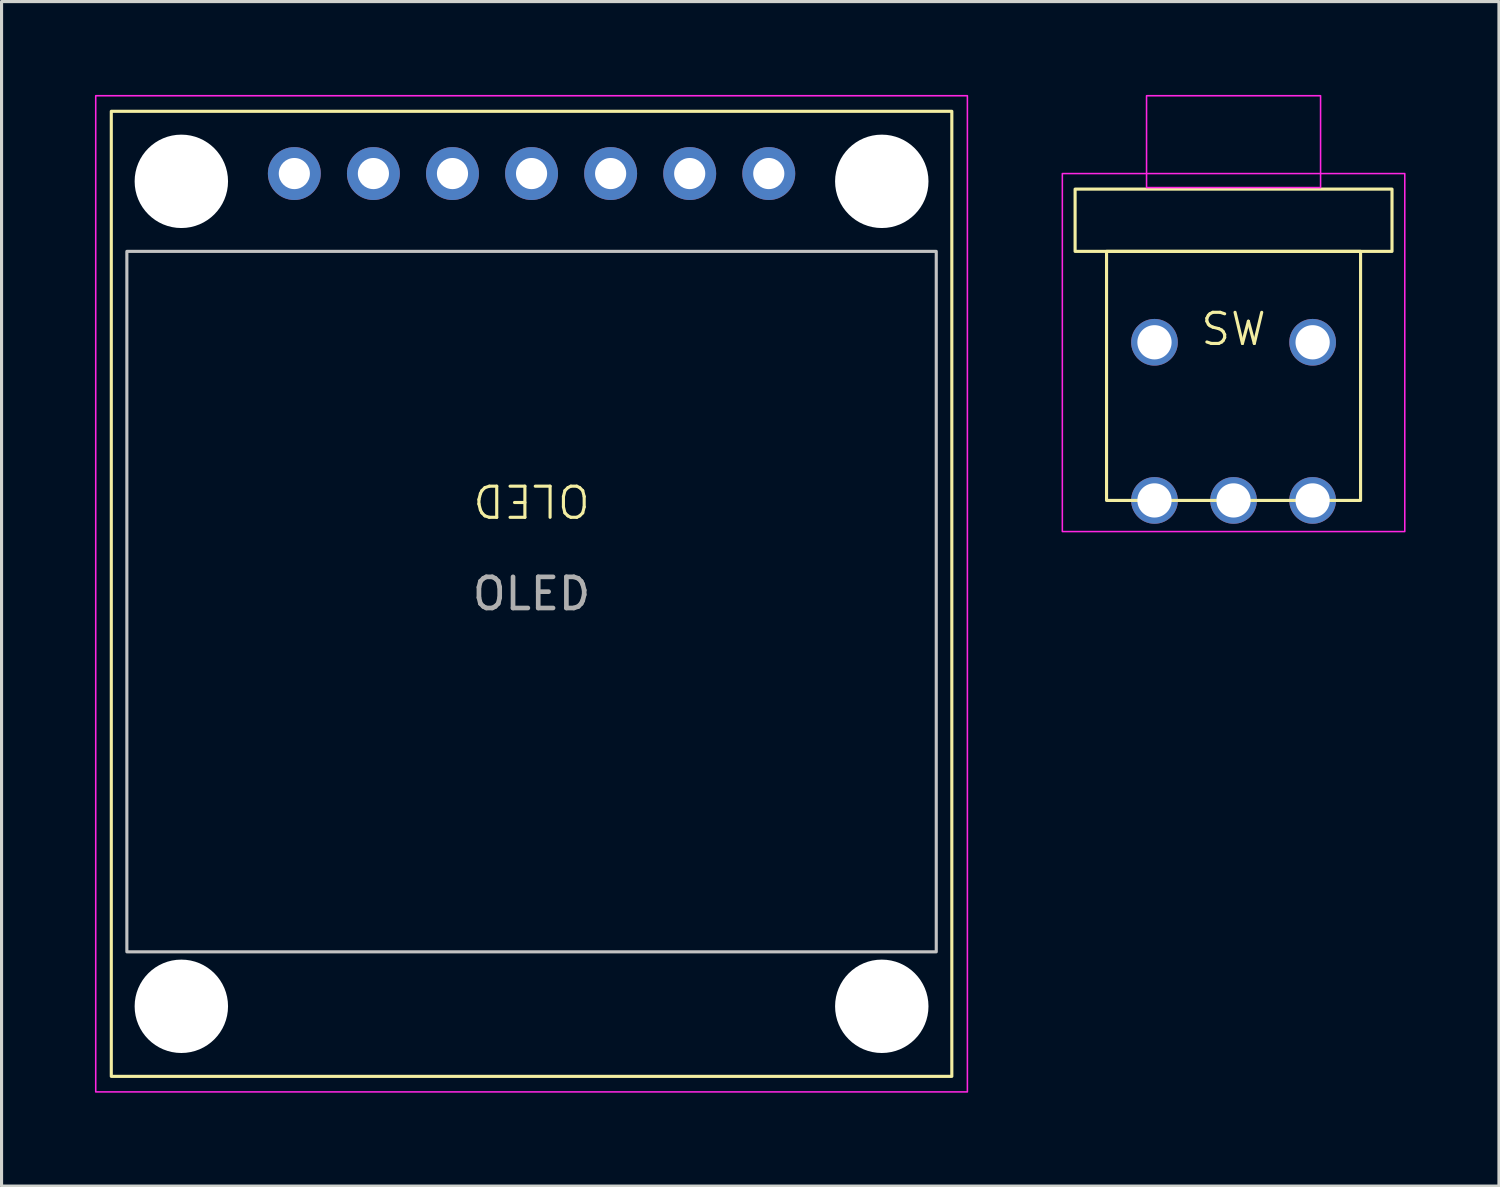
<source format=kicad_pcb>
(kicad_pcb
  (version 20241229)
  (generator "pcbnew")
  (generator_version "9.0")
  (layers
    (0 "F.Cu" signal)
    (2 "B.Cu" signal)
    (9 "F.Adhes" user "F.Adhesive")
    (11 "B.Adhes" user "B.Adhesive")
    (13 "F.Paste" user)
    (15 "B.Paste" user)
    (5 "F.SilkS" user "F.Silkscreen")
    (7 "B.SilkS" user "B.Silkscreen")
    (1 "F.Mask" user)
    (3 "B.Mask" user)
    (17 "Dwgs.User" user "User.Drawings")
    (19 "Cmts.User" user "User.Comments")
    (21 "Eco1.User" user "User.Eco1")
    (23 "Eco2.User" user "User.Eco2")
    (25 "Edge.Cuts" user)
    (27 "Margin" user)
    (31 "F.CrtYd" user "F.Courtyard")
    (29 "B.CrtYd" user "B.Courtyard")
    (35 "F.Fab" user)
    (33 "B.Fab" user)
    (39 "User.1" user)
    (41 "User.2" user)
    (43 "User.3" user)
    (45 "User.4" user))
  (footprint "SW"
    (layer "F.Cu")
    (at 36.575 8.025)
    (property "Reference" "SW" (at 0 -0.5 0) (unlocked yes) (layer "F.SilkS") (effects (font (size 1 1) (thickness 0.1))))
    (attr through_hole)
    (fp_rect (start -5.09 -5) (end 5.09 -3) (stroke (width 0.1) (type default)) (fill no) (layer "F.SilkS"))
    (fp_rect (start -4.08 -3) (end 4.08 5) (stroke (width 0.1) (type default)) (fill no) (layer "F.SilkS"))
    (fp_rect (start -5.5 -5.5) (end 5.5 6) (stroke (width 0.05) (type default)) (fill no) (layer "F.CrtYd"))
    (fp_rect (start -2.795 -8) (end 2.795 -5.05) (stroke (width 0.05) (type default)) (fill no) (layer "F.CrtYd"))
    (pad "" thru_hole circle (at -2.54 -0.08) (size 1.5 1.5) (drill 1.1) (layers "*.Cu" "*.Mask"))
    (pad "" thru_hole circle (at 2.54 -0.08) (size 1.5 1.5) (drill 1.1) (layers "*.Cu" "*.Mask"))
    (pad "1" thru_hole circle (at -2.54 5) (size 1.5 1.5) (drill 1.1) (layers "*.Cu" "*.Mask"))
    (pad "2" thru_hole circle (at 0 5) (size 1.5 1.5) (drill 1.1) (layers "*.Cu" "*.Mask"))
    (pad "3" thru_hole circle (at 2.54 5) (size 1.5 1.5) (drill 1.1) (layers "*.Cu" "*.Mask")))
  (footprint "OLED"
    (layer "F.Cu")
    (at 14.025 13.525)
    (property "Reference" "OLED" (at 0 -0.5 180) (unlocked yes) (layer "F.SilkS") (effects (font (size 1 1) (thickness 0.1))))
    (attr through_hole)
    (fp_rect (start -13.5 -13) (end 13.5 18) (stroke (width 0.1) (type default)) (fill no) (layer "F.SilkS"))
    (fp_rect (start -13 -8.5) (end 13 14) (stroke (width 0.1) (type default)) (fill no) (layer "Dwgs.User"))
    (fp_rect (start -14 -13.5) (end 14 18.5) (stroke (width 0.05) (type default)) (fill no) (layer "F.CrtYd"))
    (fp_text user "${REFERENCE}" (at 0 2.5 0) (unlocked yes) (layer "F.Fab") (effects (font (size 1 1) (thickness 0.15))))
    (pad "" np_thru_hole circle (at -11.25 -10.75) (size 3 3) (drill 3) (layers "*.Cu" "*.Mask"))
    (pad "" np_thru_hole circle (at -11.25 15.75) (size 3 3) (drill 3) (layers "*.Cu" "*.Mask"))
    (pad "" np_thru_hole circle (at 11.25 -10.75) (size 3 3) (drill 3) (layers "*.Cu" "*.Mask"))
    (pad "" np_thru_hole circle (at 11.25 15.75) (size 3 3) (drill 3) (layers "*.Cu" "*.Mask"))
    (pad "1" thru_hole circle (at -7.62 -11) (size 1.7 1.7) (drill 1) (layers "*.Cu" "*.Mask"))
    (pad "2" thru_hole circle (at -5.08 -11) (size 1.7 1.7) (drill 1) (layers "*.Cu" "*.Mask"))
    (pad "3" thru_hole circle (at -2.54 -11) (size 1.7 1.7) (drill 1) (layers "*.Cu" "*.Mask"))
    (pad "4" thru_hole circle (at 0 -11) (size 1.7 1.7) (drill 1) (layers "*.Cu" "*.Mask"))
    (pad "5" thru_hole circle (at 2.54 -11) (size 1.7 1.7) (drill 1) (layers "*.Cu" "*.Mask"))
    (pad "6" thru_hole circle (at 5.08 -11) (size 1.7 1.7) (drill 1) (layers "*.Cu" "*.Mask"))
    (pad "7" thru_hole circle (at 7.62 -11) (size 1.7 1.7) (drill 1) (layers "*.Cu" "*.Mask")))
  (gr_rect
    (start -3 -3)
    (end 45.1 35.05)
    (stroke (width 0.1) (type default))
    (fill no)
    (layer "Edge.Cuts")))
</source>
